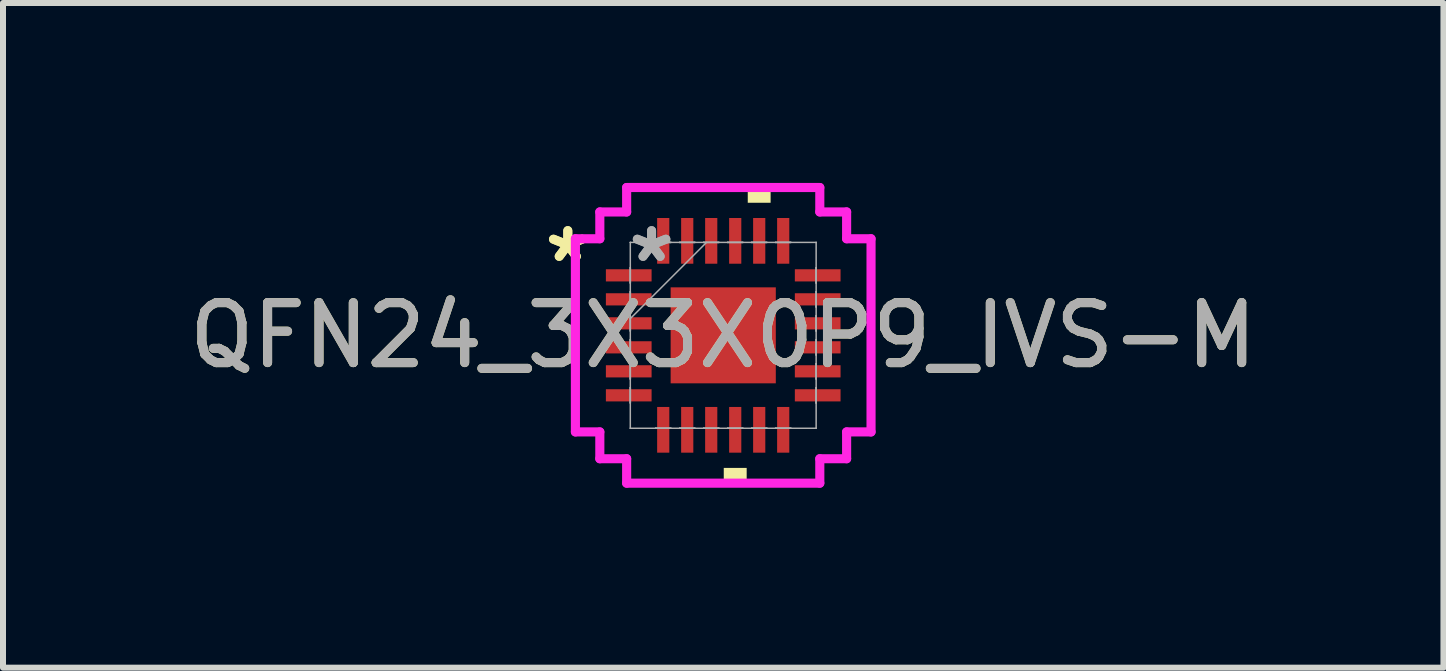
<source format=kicad_pcb>
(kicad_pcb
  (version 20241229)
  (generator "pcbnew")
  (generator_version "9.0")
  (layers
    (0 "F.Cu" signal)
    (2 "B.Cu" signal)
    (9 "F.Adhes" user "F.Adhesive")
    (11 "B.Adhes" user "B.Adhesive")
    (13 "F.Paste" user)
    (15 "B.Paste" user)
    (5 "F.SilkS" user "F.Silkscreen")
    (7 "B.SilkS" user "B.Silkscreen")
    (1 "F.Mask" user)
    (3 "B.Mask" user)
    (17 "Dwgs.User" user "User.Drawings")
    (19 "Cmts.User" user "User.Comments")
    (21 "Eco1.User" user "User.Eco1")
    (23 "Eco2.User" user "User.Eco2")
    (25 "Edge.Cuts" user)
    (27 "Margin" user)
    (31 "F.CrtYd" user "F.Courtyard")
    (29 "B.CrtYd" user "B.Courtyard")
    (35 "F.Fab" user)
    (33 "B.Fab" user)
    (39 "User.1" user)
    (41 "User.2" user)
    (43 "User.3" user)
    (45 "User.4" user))
  (footprint "QFN24_3X3X0P9_IVS-M"
    (layer "F.Cu")
    (at 9.006 2.54)
    (property "Reference" "QFN24_3X3X0P9_IVS-M" (at 0 0 0) (unlocked yes) (layer "F.SilkS") (effects (font (size 1 1) (thickness 0.15))))
    (attr smd)
    (fp_poly (pts (xy 0.009 2.21) (xy 0.009 2.464) (xy 0.391 2.464) (xy 0.391 2.21)) (stroke (width 0) (type solid)) (fill yes) (layer "F.SilkS"))
    (fp_poly (pts (xy 0.409 -2.21) (xy 0.409 -2.464) (xy 0.79 -2.464) (xy 0.79 -2.21)) (stroke (width 0) (type solid)) (fill yes) (layer "F.SilkS"))
    (fp_line (start -2.464 -1.61) (end -2.057 -1.61) (stroke (width 0.152) (type solid)) (layer "F.CrtYd"))
    (fp_line (start -2.464 1.61) (end -2.464 -1.61) (stroke (width 0.152) (type solid)) (layer "F.CrtYd"))
    (fp_line (start -2.057 -2.057) (end -1.61 -2.057) (stroke (width 0.152) (type solid)) (layer "F.CrtYd"))
    (fp_line (start -2.057 -1.61) (end -2.057 -2.057) (stroke (width 0.152) (type solid)) (layer "F.CrtYd"))
    (fp_line (start -2.057 1.61) (end -2.464 1.61) (stroke (width 0.152) (type solid)) (layer "F.CrtYd"))
    (fp_line (start -2.057 2.057) (end -2.057 1.61) (stroke (width 0.152) (type solid)) (layer "F.CrtYd"))
    (fp_line (start -1.61 -2.464) (end 1.61 -2.464) (stroke (width 0.152) (type solid)) (layer "F.CrtYd"))
    (fp_line (start -1.61 -2.057) (end -1.61 -2.464) (stroke (width 0.152) (type solid)) (layer "F.CrtYd"))
    (fp_line (start -1.61 2.057) (end -2.057 2.057) (stroke (width 0.152) (type solid)) (layer "F.CrtYd"))
    (fp_line (start -1.61 2.464) (end -1.61 2.057) (stroke (width 0.152) (type solid)) (layer "F.CrtYd"))
    (fp_line (start 1.61 -2.464) (end 1.61 -2.057) (stroke (width 0.152) (type solid)) (layer "F.CrtYd"))
    (fp_line (start 1.61 -2.057) (end 2.057 -2.057) (stroke (width 0.152) (type solid)) (layer "F.CrtYd"))
    (fp_line (start 1.61 2.057) (end 1.61 2.464) (stroke (width 0.152) (type solid)) (layer "F.CrtYd"))
    (fp_line (start 1.61 2.464) (end -1.61 2.464) (stroke (width 0.152) (type solid)) (layer "F.CrtYd"))
    (fp_line (start 2.057 -2.057) (end 2.057 -1.61) (stroke (width 0.152) (type solid)) (layer "F.CrtYd"))
    (fp_line (start 2.057 -1.61) (end 2.464 -1.61) (stroke (width 0.152) (type solid)) (layer "F.CrtYd"))
    (fp_line (start 2.057 1.61) (end 2.057 2.057) (stroke (width 0.152) (type solid)) (layer "F.CrtYd"))
    (fp_line (start 2.057 2.057) (end 1.61 2.057) (stroke (width 0.152) (type solid)) (layer "F.CrtYd"))
    (fp_line (start 2.464 -1.61) (end 2.464 1.61) (stroke (width 0.152) (type solid)) (layer "F.CrtYd"))
    (fp_line (start 2.464 1.61) (end 2.057 1.61) (stroke (width 0.152) (type solid)) (layer "F.CrtYd"))
    (fp_line (start -1.549 -1.549) (end -1.549 -1.549) (stroke (width 0.025) (type solid)) (layer "F.Fab"))
    (fp_line (start -1.549 -1.549) (end -1.549 1.549) (stroke (width 0.025) (type solid)) (layer "F.Fab"))
    (fp_line (start -1.549 -1.127) (end -1.549 -1.127) (stroke (width 0.025) (type solid)) (layer "F.Fab"))
    (fp_line (start -1.549 -1.127) (end -1.549 -0.873) (stroke (width 0.025) (type solid)) (layer "F.Fab"))
    (fp_line (start -1.549 -0.873) (end -1.549 -1.127) (stroke (width 0.025) (type solid)) (layer "F.Fab"))
    (fp_line (start -1.549 -0.873) (end -1.549 -0.873) (stroke (width 0.025) (type solid)) (layer "F.Fab"))
    (fp_line (start -1.549 -0.727) (end -1.549 -0.727) (stroke (width 0.025) (type solid)) (layer "F.Fab"))
    (fp_line (start -1.549 -0.727) (end -1.549 -0.473) (stroke (width 0.025) (type solid)) (layer "F.Fab"))
    (fp_line (start -1.549 -0.473) (end -1.549 -0.727) (stroke (width 0.025) (type solid)) (layer "F.Fab"))
    (fp_line (start -1.549 -0.473) (end -1.549 -0.473) (stroke (width 0.025) (type solid)) (layer "F.Fab"))
    (fp_line (start -1.549 -0.327) (end -1.549 -0.327) (stroke (width 0.025) (type solid)) (layer "F.Fab"))
    (fp_line (start -1.549 -0.327) (end -1.549 -0.073) (stroke (width 0.025) (type solid)) (layer "F.Fab"))
    (fp_line (start -1.549 -0.279) (end -0.279 -1.549) (stroke (width 0.025) (type solid)) (layer "F.Fab"))
    (fp_line (start -1.549 -0.073) (end -1.549 -0.327) (stroke (width 0.025) (type solid)) (layer "F.Fab"))
    (fp_line (start -1.549 -0.073) (end -1.549 -0.073) (stroke (width 0.025) (type solid)) (layer "F.Fab"))
    (fp_line (start -1.549 0.073) (end -1.549 0.073) (stroke (width 0.025) (type solid)) (layer "F.Fab"))
    (fp_line (start -1.549 0.073) (end -1.549 0.327) (stroke (width 0.025) (type solid)) (layer "F.Fab"))
    (fp_line (start -1.549 0.327) (end -1.549 0.073) (stroke (width 0.025) (type solid)) (layer "F.Fab"))
    (fp_line (start -1.549 0.327) (end -1.549 0.327) (stroke (width 0.025) (type solid)) (layer "F.Fab"))
    (fp_line (start -1.549 0.473) (end -1.549 0.473) (stroke (width 0.025) (type solid)) (layer "F.Fab"))
    (fp_line (start -1.549 0.473) (end -1.549 0.727) (stroke (width 0.025) (type solid)) (layer "F.Fab"))
    (fp_line (start -1.549 0.727) (end -1.549 0.473) (stroke (width 0.025) (type solid)) (layer "F.Fab"))
    (fp_line (start -1.549 0.727) (end -1.549 0.727) (stroke (width 0.025) (type solid)) (layer "F.Fab"))
    (fp_line (start -1.549 0.873) (end -1.549 0.873) (stroke (width 0.025) (type solid)) (layer "F.Fab"))
    (fp_line (start -1.549 0.873) (end -1.549 1.127) (stroke (width 0.025) (type solid)) (layer "F.Fab"))
    (fp_line (start -1.549 1.127) (end -1.549 0.873) (stroke (width 0.025) (type solid)) (layer "F.Fab"))
    (fp_line (start -1.549 1.127) (end -1.549 1.127) (stroke (width 0.025) (type solid)) (layer "F.Fab"))
    (fp_line (start -1.549 1.549) (end -1.549 1.549) (stroke (width 0.025) (type solid)) (layer "F.Fab"))
    (fp_line (start -1.549 1.549) (end 1.549 1.549) (stroke (width 0.025) (type solid)) (layer "F.Fab"))
    (fp_line (start -1.127 -1.549) (end -1.127 -1.549) (stroke (width 0.025) (type solid)) (layer "F.Fab"))
    (fp_line (start -1.127 -1.549) (end -0.873 -1.549) (stroke (width 0.025) (type solid)) (layer "F.Fab"))
    (fp_line (start -1.127 1.549) (end -1.127 1.549) (stroke (width 0.025) (type solid)) (layer "F.Fab"))
    (fp_line (start -1.127 1.549) (end -0.873 1.549) (stroke (width 0.025) (type solid)) (layer "F.Fab"))
    (fp_line (start -0.873 -1.549) (end -1.127 -1.549) (stroke (width 0.025) (type solid)) (layer "F.Fab"))
    (fp_line (start -0.873 -1.549) (end -0.873 -1.549) (stroke (width 0.025) (type solid)) (layer "F.Fab"))
    (fp_line (start -0.873 1.549) (end -1.127 1.549) (stroke (width 0.025) (type solid)) (layer "F.Fab"))
    (fp_line (start -0.873 1.549) (end -0.873 1.549) (stroke (width 0.025) (type solid)) (layer "F.Fab"))
    (fp_line (start -0.727 -1.549) (end -0.727 -1.549) (stroke (width 0.025) (type solid)) (layer "F.Fab"))
    (fp_line (start -0.727 -1.549) (end -0.473 -1.549) (stroke (width 0.025) (type solid)) (layer "F.Fab"))
    (fp_line (start -0.727 1.549) (end -0.727 1.549) (stroke (width 0.025) (type solid)) (layer "F.Fab"))
    (fp_line (start -0.727 1.549) (end -0.473 1.549) (stroke (width 0.025) (type solid)) (layer "F.Fab"))
    (fp_line (start -0.473 -1.549) (end -0.727 -1.549) (stroke (width 0.025) (type solid)) (layer "F.Fab"))
    (fp_line (start -0.473 -1.549) (end -0.473 -1.549) (stroke (width 0.025) (type solid)) (layer "F.Fab"))
    (fp_line (start -0.473 1.549) (end -0.727 1.549) (stroke (width 0.025) (type solid)) (layer "F.Fab"))
    (fp_line (start -0.473 1.549) (end -0.473 1.549) (stroke (width 0.025) (type solid)) (layer "F.Fab"))
    (fp_line (start -0.327 -1.549) (end -0.327 -1.549) (stroke (width 0.025) (type solid)) (layer "F.Fab"))
    (fp_line (start -0.327 -1.549) (end -0.073 -1.549) (stroke (width 0.025) (type solid)) (layer "F.Fab"))
    (fp_line (start -0.327 1.549) (end -0.327 1.549) (stroke (width 0.025) (type solid)) (layer "F.Fab"))
    (fp_line (start -0.327 1.549) (end -0.073 1.549) (stroke (width 0.025) (type solid)) (layer "F.Fab"))
    (fp_line (start -0.073 -1.549) (end -0.327 -1.549) (stroke (width 0.025) (type solid)) (layer "F.Fab"))
    (fp_line (start -0.073 -1.549) (end -0.073 -1.549) (stroke (width 0.025) (type solid)) (layer "F.Fab"))
    (fp_line (start -0.073 1.549) (end -0.327 1.549) (stroke (width 0.025) (type solid)) (layer "F.Fab"))
    (fp_line (start -0.073 1.549) (end -0.073 1.549) (stroke (width 0.025) (type solid)) (layer "F.Fab"))
    (fp_line (start 0.073 -1.549) (end 0.073 -1.549) (stroke (width 0.025) (type solid)) (layer "F.Fab"))
    (fp_line (start 0.073 -1.549) (end 0.327 -1.549) (stroke (width 0.025) (type solid)) (layer "F.Fab"))
    (fp_line (start 0.073 1.549) (end 0.073 1.549) (stroke (width 0.025) (type solid)) (layer "F.Fab"))
    (fp_line (start 0.073 1.549) (end 0.327 1.549) (stroke (width 0.025) (type solid)) (layer "F.Fab"))
    (fp_line (start 0.327 -1.549) (end 0.073 -1.549) (stroke (width 0.025) (type solid)) (layer "F.Fab"))
    (fp_line (start 0.327 -1.549) (end 0.327 -1.549) (stroke (width 0.025) (type solid)) (layer "F.Fab"))
    (fp_line (start 0.327 1.549) (end 0.073 1.549) (stroke (width 0.025) (type solid)) (layer "F.Fab"))
    (fp_line (start 0.327 1.549) (end 0.327 1.549) (stroke (width 0.025) (type solid)) (layer "F.Fab"))
    (fp_line (start 0.473 -1.549) (end 0.473 -1.549) (stroke (width 0.025) (type solid)) (layer "F.Fab"))
    (fp_line (start 0.473 -1.549) (end 0.727 -1.549) (stroke (width 0.025) (type solid)) (layer "F.Fab"))
    (fp_line (start 0.473 1.549) (end 0.473 1.549) (stroke (width 0.025) (type solid)) (layer "F.Fab"))
    (fp_line (start 0.473 1.549) (end 0.727 1.549) (stroke (width 0.025) (type solid)) (layer "F.Fab"))
    (fp_line (start 0.727 -1.549) (end 0.473 -1.549) (stroke (width 0.025) (type solid)) (layer "F.Fab"))
    (fp_line (start 0.727 -1.549) (end 0.727 -1.549) (stroke (width 0.025) (type solid)) (layer "F.Fab"))
    (fp_line (start 0.727 1.549) (end 0.473 1.549) (stroke (width 0.025) (type solid)) (layer "F.Fab"))
    (fp_line (start 0.727 1.549) (end 0.727 1.549) (stroke (width 0.025) (type solid)) (layer "F.Fab"))
    (fp_line (start 0.873 -1.549) (end 0.873 -1.549) (stroke (width 0.025) (type solid)) (layer "F.Fab"))
    (fp_line (start 0.873 -1.549) (end 1.127 -1.549) (stroke (width 0.025) (type solid)) (layer "F.Fab"))
    (fp_line (start 0.873 1.549) (end 0.873 1.549) (stroke (width 0.025) (type solid)) (layer "F.Fab"))
    (fp_line (start 0.873 1.549) (end 1.127 1.549) (stroke (width 0.025) (type solid)) (layer "F.Fab"))
    (fp_line (start 1.127 -1.549) (end 0.873 -1.549) (stroke (width 0.025) (type solid)) (layer "F.Fab"))
    (fp_line (start 1.127 -1.549) (end 1.127 -1.549) (stroke (width 0.025) (type solid)) (layer "F.Fab"))
    (fp_line (start 1.127 1.549) (end 0.873 1.549) (stroke (width 0.025) (type solid)) (layer "F.Fab"))
    (fp_line (start 1.127 1.549) (end 1.127 1.549) (stroke (width 0.025) (type solid)) (layer "F.Fab"))
    (fp_line (start 1.549 -1.549) (end -1.549 -1.549) (stroke (width 0.025) (type solid)) (layer "F.Fab"))
    (fp_line (start 1.549 -1.549) (end 1.549 -1.549) (stroke (width 0.025) (type solid)) (layer "F.Fab"))
    (fp_line (start 1.549 -1.127) (end 1.549 -1.127) (stroke (width 0.025) (type solid)) (layer "F.Fab"))
    (fp_line (start 1.549 -1.127) (end 1.549 -0.873) (stroke (width 0.025) (type solid)) (layer "F.Fab"))
    (fp_line (start 1.549 -0.873) (end 1.549 -1.127) (stroke (width 0.025) (type solid)) (layer "F.Fab"))
    (fp_line (start 1.549 -0.873) (end 1.549 -0.873) (stroke (width 0.025) (type solid)) (layer "F.Fab"))
    (fp_line (start 1.549 -0.727) (end 1.549 -0.727) (stroke (width 0.025) (type solid)) (layer "F.Fab"))
    (fp_line (start 1.549 -0.727) (end 1.549 -0.473) (stroke (width 0.025) (type solid)) (layer "F.Fab"))
    (fp_line (start 1.549 -0.473) (end 1.549 -0.727) (stroke (width 0.025) (type solid)) (layer "F.Fab"))
    (fp_line (start 1.549 -0.473) (end 1.549 -0.473) (stroke (width 0.025) (type solid)) (layer "F.Fab"))
    (fp_line (start 1.549 -0.327) (end 1.549 -0.327) (stroke (width 0.025) (type solid)) (layer "F.Fab"))
    (fp_line (start 1.549 -0.327) (end 1.549 -0.073) (stroke (width 0.025) (type solid)) (layer "F.Fab"))
    (fp_line (start 1.549 -0.073) (end 1.549 -0.327) (stroke (width 0.025) (type solid)) (layer "F.Fab"))
    (fp_line (start 1.549 -0.073) (end 1.549 -0.073) (stroke (width 0.025) (type solid)) (layer "F.Fab"))
    (fp_line (start 1.549 0.073) (end 1.549 0.073) (stroke (width 0.025) (type solid)) (layer "F.Fab"))
    (fp_line (start 1.549 0.073) (end 1.549 0.327) (stroke (width 0.025) (type solid)) (layer "F.Fab"))
    (fp_line (start 1.549 0.327) (end 1.549 0.073) (stroke (width 0.025) (type solid)) (layer "F.Fab"))
    (fp_line (start 1.549 0.327) (end 1.549 0.327) (stroke (width 0.025) (type solid)) (layer "F.Fab"))
    (fp_line (start 1.549 0.473) (end 1.549 0.473) (stroke (width 0.025) (type solid)) (layer "F.Fab"))
    (fp_line (start 1.549 0.473) (end 1.549 0.727) (stroke (width 0.025) (type solid)) (layer "F.Fab"))
    (fp_line (start 1.549 0.727) (end 1.549 0.473) (stroke (width 0.025) (type solid)) (layer "F.Fab"))
    (fp_line (start 1.549 0.727) (end 1.549 0.727) (stroke (width 0.025) (type solid)) (layer "F.Fab"))
    (fp_line (start 1.549 0.873) (end 1.549 0.873) (stroke (width 0.025) (type solid)) (layer "F.Fab"))
    (fp_line (start 1.549 0.873) (end 1.549 1.127) (stroke (width 0.025) (type solid)) (layer "F.Fab"))
    (fp_line (start 1.549 1.127) (end 1.549 0.873) (stroke (width 0.025) (type solid)) (layer "F.Fab"))
    (fp_line (start 1.549 1.127) (end 1.549 1.127) (stroke (width 0.025) (type solid)) (layer "F.Fab"))
    (fp_line (start 1.549 1.549) (end 1.549 -1.549) (stroke (width 0.025) (type solid)) (layer "F.Fab"))
    (fp_line (start 1.549 1.549) (end 1.549 1.549) (stroke (width 0.025) (type solid)) (layer "F.Fab"))
    (fp_text user "*" (at -2.591 -1.2 0) (layer "F.SilkS") (effects (font (size 1 1) (thickness 0.15))))
    (fp_text user "*" (at -2.591 -1.2 0) (unlocked yes) (layer "F.SilkS") (effects (font (size 1 1) (thickness 0.15))))
    (fp_text user "${REFERENCE}" (at 0 0 0) (unlocked yes) (layer "F.Fab") (effects (font (size 1 1) (thickness 0.15))))
    (fp_text user "*" (at -1.194 -1.2 0) (unlocked yes) (layer "F.Fab") (effects (font (size 1 1) (thickness 0.15))))
    (fp_text user "*" (at -1.194 -1.2 0) (layer "F.Fab") (effects (font (size 1 1) (thickness 0.15))))
    (pad "1" smd rect (at -1.575 -1 90) (size 0.203 0.762) (layers "F.Cu" "F.Mask" "F.Paste"))
    (pad "2" smd rect (at -1.575 -0.6 90) (size 0.203 0.762) (layers "F.Cu" "F.Mask" "F.Paste"))
    (pad "3" smd rect (at -1.575 -0.2 90) (size 0.203 0.762) (layers "F.Cu" "F.Mask" "F.Paste"))
    (pad "4" smd rect (at -1.575 0.2 90) (size 0.203 0.762) (layers "F.Cu" "F.Mask" "F.Paste"))
    (pad "5" smd rect (at -1.575 0.6 90) (size 0.203 0.762) (layers "F.Cu" "F.Mask" "F.Paste"))
    (pad "6" smd rect (at -1.575 1 90) (size 0.203 0.762) (layers "F.Cu" "F.Mask" "F.Paste"))
    (pad "7" smd rect (at -1 1.575) (size 0.203 0.762) (layers "F.Cu" "F.Mask" "F.Paste"))
    (pad "8" smd rect (at -0.6 1.575) (size 0.203 0.762) (layers "F.Cu" "F.Mask" "F.Paste"))
    (pad "9" smd rect (at -0.2 1.575) (size 0.203 0.762) (layers "F.Cu" "F.Mask" "F.Paste"))
    (pad "10" smd rect (at 0.2 1.575) (size 0.203 0.762) (layers "F.Cu" "F.Mask" "F.Paste"))
    (pad "11" smd rect (at 0.6 1.575) (size 0.203 0.762) (layers "F.Cu" "F.Mask" "F.Paste"))
    (pad "12" smd rect (at 1 1.575) (size 0.203 0.762) (layers "F.Cu" "F.Mask" "F.Paste"))
    (pad "13" smd rect (at 1.575 1 90) (size 0.203 0.762) (layers "F.Cu" "F.Mask" "F.Paste"))
    (pad "14" smd rect (at 1.575 0.6 90) (size 0.203 0.762) (layers "F.Cu" "F.Mask" "F.Paste"))
    (pad "15" smd rect (at 1.575 0.2 90) (size 0.203 0.762) (layers "F.Cu" "F.Mask" "F.Paste"))
    (pad "16" smd rect (at 1.575 -0.2 90) (size 0.203 0.762) (layers "F.Cu" "F.Mask" "F.Paste"))
    (pad "17" smd rect (at 1.575 -0.6 90) (size 0.203 0.762) (layers "F.Cu" "F.Mask" "F.Paste"))
    (pad "18" smd rect (at 1.575 -1 90) (size 0.203 0.762) (layers "F.Cu" "F.Mask" "F.Paste"))
    (pad "19" smd rect (at 1 -1.575) (size 0.203 0.762) (layers "F.Cu" "F.Mask" "F.Paste"))
    (pad "20" smd rect (at 0.6 -1.575) (size 0.203 0.762) (layers "F.Cu" "F.Mask" "F.Paste"))
    (pad "21" smd rect (at 0.2 -1.575) (size 0.203 0.762) (layers "F.Cu" "F.Mask" "F.Paste"))
    (pad "22" smd rect (at -0.2 -1.575) (size 0.203 0.762) (layers "F.Cu" "F.Mask" "F.Paste"))
    (pad "23" smd rect (at -0.6 -1.575) (size 0.203 0.762) (layers "F.Cu" "F.Mask" "F.Paste"))
    (pad "24" smd rect (at -1 -1.575) (size 0.203 0.762) (layers "F.Cu" "F.Mask" "F.Paste"))
    (pad "25" smd rect (at 0 0) (size 1.753 1.6) (layers "F.Cu" "F.Mask" "F.Paste")))
  (gr_rect
    (start -3 -3)
    (end 21.012 8.08)
    (stroke (width 0.1) (type default))
    (fill no)
    (layer "Edge.Cuts")))
</source>
